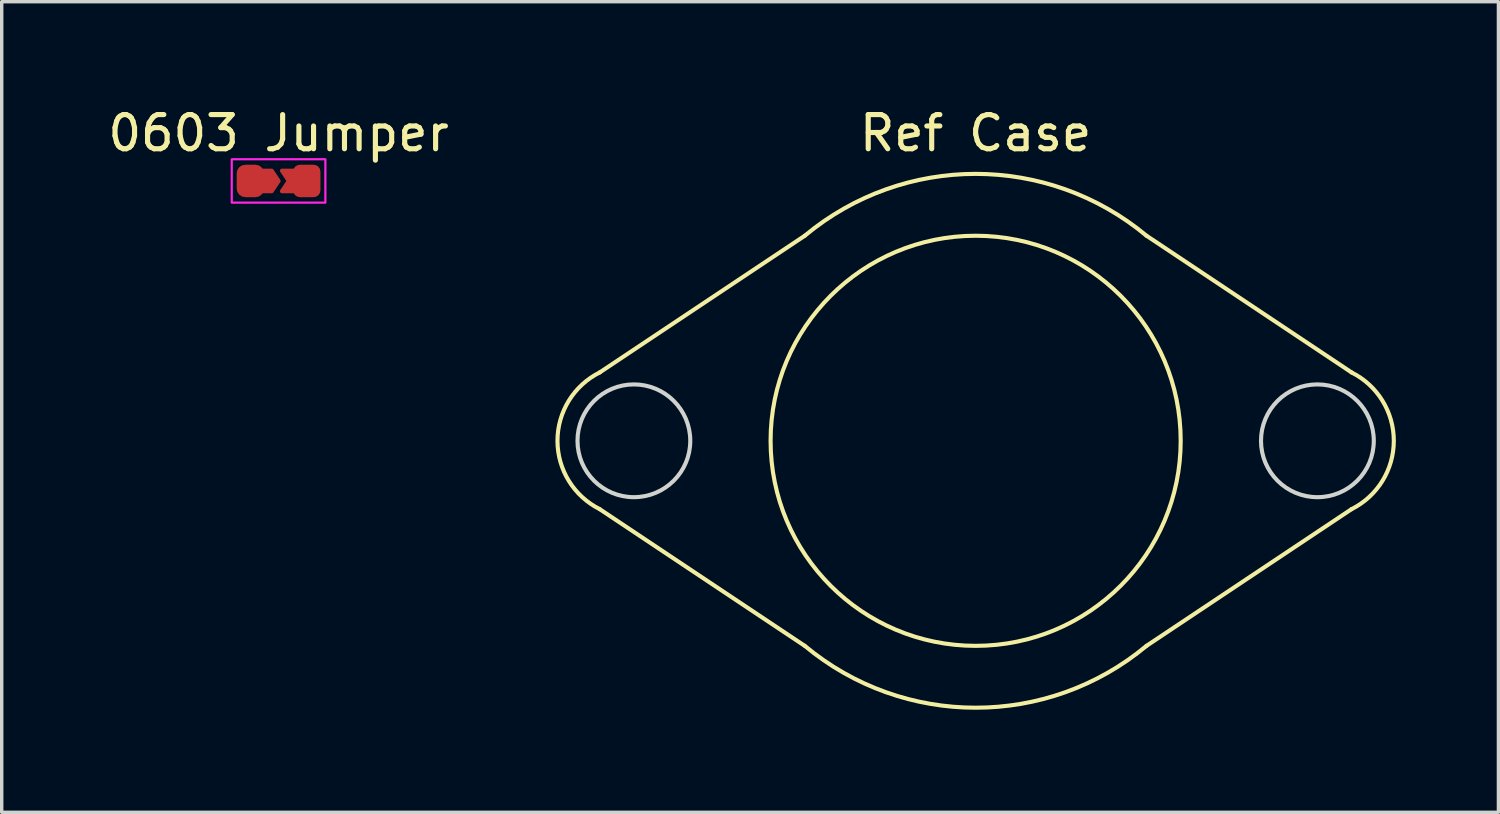
<source format=kicad_pcb>
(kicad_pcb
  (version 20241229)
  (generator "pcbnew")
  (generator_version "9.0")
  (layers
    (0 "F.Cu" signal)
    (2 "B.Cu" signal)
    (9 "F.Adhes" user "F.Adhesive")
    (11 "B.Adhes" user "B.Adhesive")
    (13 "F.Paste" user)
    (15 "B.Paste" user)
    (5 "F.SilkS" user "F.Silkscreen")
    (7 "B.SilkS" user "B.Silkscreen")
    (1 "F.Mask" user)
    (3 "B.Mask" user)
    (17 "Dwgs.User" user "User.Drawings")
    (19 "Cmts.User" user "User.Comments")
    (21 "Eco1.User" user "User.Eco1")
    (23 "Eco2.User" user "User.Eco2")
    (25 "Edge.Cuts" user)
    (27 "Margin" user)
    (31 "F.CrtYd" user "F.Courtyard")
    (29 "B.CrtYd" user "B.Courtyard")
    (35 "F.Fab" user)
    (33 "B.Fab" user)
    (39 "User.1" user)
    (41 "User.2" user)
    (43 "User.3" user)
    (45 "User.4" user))
  (footprint "Ref Case"
    (layer "F.Cu")
    (at 25.498 9.848)
    (property "Reference" "Ref Case" (at 0 -9 0) (unlocked yes) (layer "F.SilkS") (effects (font (size 1 1) (thickness 0.15))))
    (attr through_hole)
    (fp_line (start -11 -2) (end -5 -6) (stroke (width 0.12) (type solid)) (layer "F.SilkS"))
    (fp_line (start -5 6) (end -11 2) (stroke (width 0.12) (type solid)) (layer "F.SilkS"))
    (fp_line (start 5 -6) (end 11 -2) (stroke (width 0.12) (type solid)) (layer "F.SilkS"))
    (fp_line (start 11 2) (end 5 6) (stroke (width 0.12) (type solid)) (layer "F.SilkS"))
    (fp_arc (start -11 1.999999) (mid -12.236067 0) (end -11 -1.999999) (stroke (width 0.12) (type solid)) (layer "F.SilkS"))
    (fp_arc (start -5 -5.999999) (mid 0 -7.810249) (end 5 -5.999999) (stroke (width 0.12) (type solid)) (layer "F.SilkS"))
    (fp_arc (start 5 5.999999) (mid 0 7.810249) (end -5 5.999999) (stroke (width 0.12) (type solid)) (layer "F.SilkS"))
    (fp_arc (start 11 -1.999999) (mid 12.236067 0) (end 11 1.999999) (stroke (width 0.12) (type solid)) (layer "F.SilkS"))
    (fp_circle (center 0 0) (end 6 0) (stroke (width 0.12) (type solid)) (fill no) (layer "F.SilkS"))
    (fp_circle (center -10 0) (end -8.35 0) (stroke (width 0.12) (type solid)) (fill no) (layer "Edge.Cuts"))
    (fp_circle (center 10 0) (end 11.65 0) (stroke (width 0.12) (type solid)) (fill no) (layer "Edge.Cuts")))
  (footprint "0603 Jumper"
    (layer "F.Cu")
    (at 5.101 2.245)
    (property "Reference" "0603 Jumper" (at 0 -1.397 0) (unlocked yes) (layer "F.SilkS") (effects (font (size 1 1) (thickness 0.15))))
    (attr smd)
    (fp_poly (pts (xy 0 0) (xy -0.2 0.3) (xy -0.5 0.3) (xy -0.5 -0.3) (xy -0.2 -0.3)) (stroke (width 0.12) (type solid)) (fill yes) (layer "F.Cu"))
    (fp_poly (pts (xy 0.6 0.3) (xy 0.1 0.3) (xy 0.3 0) (xy 0.1 -0.3) (xy 0.6 -0.3)) (stroke (width 0.12) (type solid)) (fill yes) (layer "F.Cu"))
    (fp_poly (pts (xy 0 0) (xy -0.2 0.3) (xy -0.5 0.3) (xy -0.5 -0.3) (xy -0.2 -0.3)) (stroke (width 0.12) (type solid)) (fill yes) (layer "F.Mask"))
    (fp_poly (pts (xy 0.6 0.3) (xy 0.1 0.3) (xy 0.3 0) (xy 0.1 -0.3) (xy 0.6 -0.3)) (stroke (width 0.12) (type solid)) (fill yes) (layer "F.Mask"))
    (fp_rect (start -1.37 -0.635) (end 1.37 0.635) (stroke (width 0.064) (type solid)) (fill no) (layer "F.CrtYd"))
    (pad "1" smd roundrect (at 0.825 0 90) (size 0.95 0.8) (layers "F.Cu" "F.Mask" "F.Paste") (roundrect_rratio 0.25))
    (pad "2" smd roundrect (at -0.825 0 90) (size 0.95 0.8) (layers "F.Cu" "F.Mask" "F.Paste") (roundrect_rratio 0.315)))
  (gr_rect
    (start -3 -3)
    (end 40.795 20.718)
    (stroke (width 0.1) (type default))
    (fill no)
    (layer "Edge.Cuts")))
</source>
